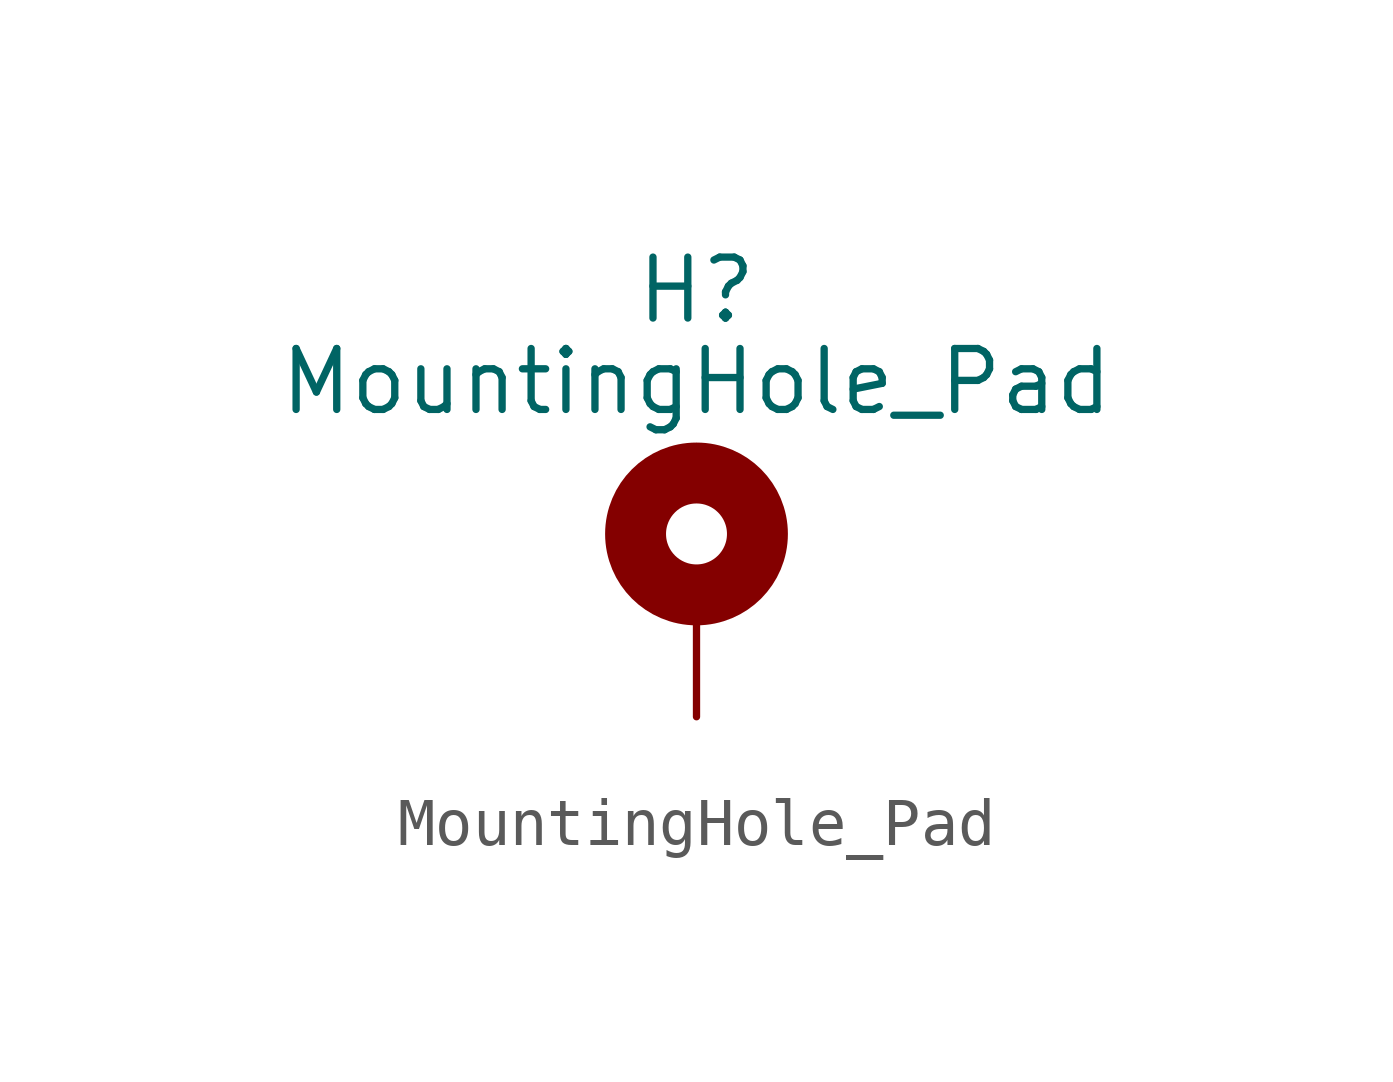
<source format=kicad_sym>
(kicad_symbol_lib
  (version 20211014)
  (generator kicad_symbol_editor)
  (symbol "MountingHole_Pad"
    (pin_numbers hide)
    (pin_names
      (offset 1.016) hide)
    (property "Reference" "H"
      (at 0 6.35 0)
      (effects (font (size 1.27 1.27))))
    (property "Value" "MountingHole_Pad"
      (at 0 4.445 0)
      (effects (font (size 1.27 1.27))))
    (symbol "MountingHole_Pad_0_1"
      (circle (center 0 1.27) (radius 1.27) (stroke (width 1.27) (type default) (color 0 0 0 0)) (fill (type none))))
    (symbol "MountingHole_Pad_1_1"
      (pin input line (at 0 -2.54 90) (length 2.54) (name "1" (effects (font (size 1.27 1.27)))) (number "0" (effects (font (size 1.27 1.27))))))))
</source>
